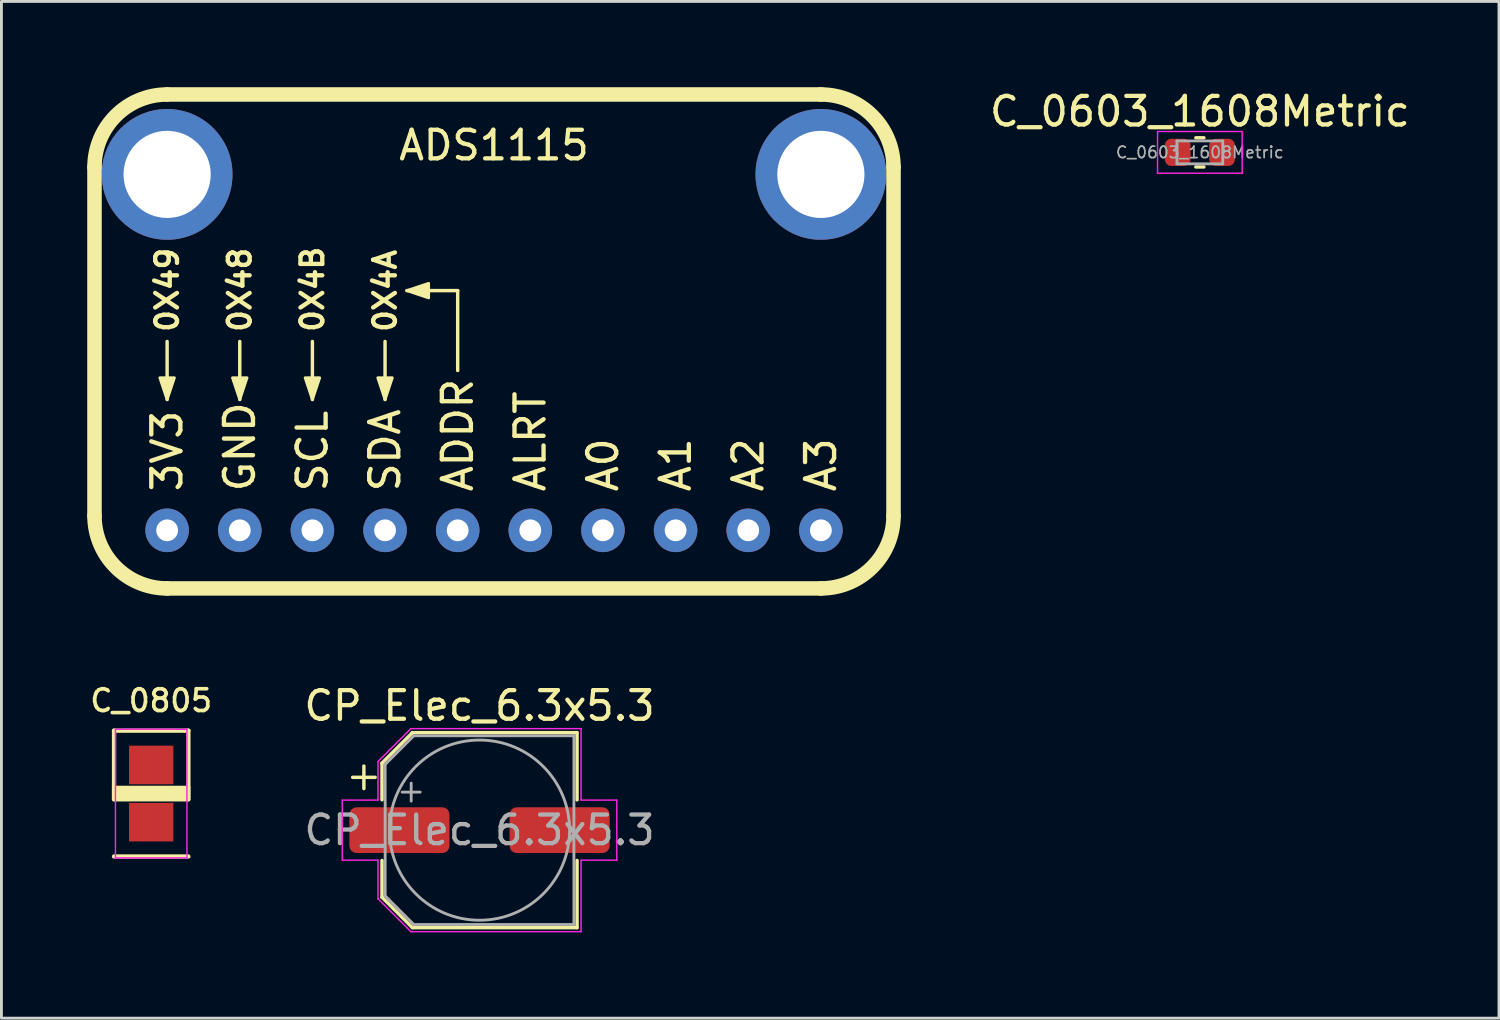
<source format=kicad_pcb>
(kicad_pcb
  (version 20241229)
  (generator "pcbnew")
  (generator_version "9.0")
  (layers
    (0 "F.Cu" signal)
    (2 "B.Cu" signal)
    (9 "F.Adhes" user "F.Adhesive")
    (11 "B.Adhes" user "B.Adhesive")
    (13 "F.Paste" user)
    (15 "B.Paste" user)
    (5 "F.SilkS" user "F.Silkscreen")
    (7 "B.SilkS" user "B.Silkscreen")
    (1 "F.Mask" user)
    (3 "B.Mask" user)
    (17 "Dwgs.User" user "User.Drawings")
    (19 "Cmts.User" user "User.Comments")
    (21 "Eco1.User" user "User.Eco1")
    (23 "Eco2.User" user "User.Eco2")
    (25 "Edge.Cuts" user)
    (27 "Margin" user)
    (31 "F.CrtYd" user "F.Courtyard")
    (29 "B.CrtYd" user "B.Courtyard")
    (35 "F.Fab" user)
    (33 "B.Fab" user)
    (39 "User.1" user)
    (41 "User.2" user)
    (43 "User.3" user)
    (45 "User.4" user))
  (footprint "C_0805"
    (layer "F.Cu")
    (at 2.237 24.699)
    (property "Reference" "C_0805" (at 0 -3.25 180) (layer "F.SilkS") (effects (font (size 0.762 0.762) (thickness 0.127))))
    (attr smd)
    (fp_line (start -1.3 -2.2) (end 1.3 -2.2) (stroke (width 0.15) (type solid)) (layer "F.SilkS"))
    (fp_line (start -1.3 -0.2) (end 1.3 -0.2) (stroke (width 0.15) (type solid)) (layer "F.SilkS"))
    (fp_line (start -1.3 -0.1) (end 1.3 -0.1) (stroke (width 0.15) (type solid)) (layer "F.SilkS"))
    (fp_line (start -1.3 0.1) (end 1.3 0.1) (stroke (width 0.15) (type solid)) (layer "F.SilkS"))
    (fp_line (start -1.3 0.2) (end -1.3 -2.2) (stroke (width 0.15) (type solid)) (layer "F.SilkS"))
    (fp_line (start -1.3 0.2) (end 1.3 0.2) (stroke (width 0.15) (type solid)) (layer "F.SilkS"))
    (fp_line (start -1.3 2.2) (end 1.3 2.2) (stroke (width 0.15) (type solid)) (layer "F.SilkS"))
    (fp_line (start 1.3 -2.2) (end 1.3 0.2) (stroke (width 0.15) (type solid)) (layer "F.SilkS"))
    (fp_line (start 1.3 0) (end -1.3 0) (stroke (width 0.15) (type solid)) (layer "F.SilkS"))
    (fp_line (start -1.25 -2.25) (end 1.25 -2.25) (stroke (width 0.05) (type solid)) (layer "F.CrtYd"))
    (fp_line (start -1.25 2.25) (end -1.25 -2.25) (stroke (width 0.05) (type solid)) (layer "F.CrtYd"))
    (fp_line (start 1.25 -2.25) (end 1.25 2.25) (stroke (width 0.05) (type solid)) (layer "F.CrtYd"))
    (fp_line (start 1.25 2.25) (end -1.25 2.25) (stroke (width 0.05) (type solid)) (layer "F.CrtYd"))
    (pad "1" smd rect (at 0 -1 90) (size 1.35 1.55) (layers "F.Cu" "F.Mask" "F.Paste"))
    (pad "2" smd rect (at 0 1 90) (size 1.35 1.55) (layers "F.Cu" "F.Mask" "F.Paste")))
  (footprint "C_0603_1608Metric"
    (layer "F.Cu")
    (at 38.906 2.278)
    (property "Reference" "C_0603_1608Metric" (at 0 -1.43 0) (layer "F.SilkS") (effects (font (size 1 1) (thickness 0.15))))
    (attr smd)
    (fp_line (start -0.141 -0.51) (end 0.141 -0.51) (stroke (width 0.12) (type solid)) (layer "F.SilkS"))
    (fp_line (start -0.141 0.51) (end 0.141 0.51) (stroke (width 0.12) (type solid)) (layer "F.SilkS"))
    (fp_line (start -1.48 -0.73) (end 1.48 -0.73) (stroke (width 0.05) (type solid)) (layer "F.CrtYd"))
    (fp_line (start -1.48 0.73) (end -1.48 -0.73) (stroke (width 0.05) (type solid)) (layer "F.CrtYd"))
    (fp_line (start 1.48 -0.73) (end 1.48 0.73) (stroke (width 0.05) (type solid)) (layer "F.CrtYd"))
    (fp_line (start 1.48 0.73) (end -1.48 0.73) (stroke (width 0.05) (type solid)) (layer "F.CrtYd"))
    (fp_line (start -0.8 -0.4) (end 0.8 -0.4) (stroke (width 0.1) (type solid)) (layer "F.Fab"))
    (fp_line (start -0.8 0.4) (end -0.8 -0.4) (stroke (width 0.1) (type solid)) (layer "F.Fab"))
    (fp_line (start 0.8 -0.4) (end 0.8 0.4) (stroke (width 0.1) (type solid)) (layer "F.Fab"))
    (fp_line (start 0.8 0.4) (end -0.8 0.4) (stroke (width 0.1) (type solid)) (layer "F.Fab"))
    (fp_text user "${REFERENCE}" (at 0 0 0) (layer "F.Fab") (effects (font (size 0.4 0.4) (thickness 0.06))))
    (pad "1" smd roundrect (at -0.775 0) (size 0.9 0.95) (layers "F.Cu" "F.Mask" "F.Paste") (roundrect_rratio 0.25))
    (pad "2" smd roundrect (at 0.775 0) (size 0.9 0.95) (layers "F.Cu" "F.Mask" "F.Paste") (roundrect_rratio 0.25)))
  (footprint "ADS1115"
    (layer "F.Cu")
    (at 14.224 15.494)
    (property "Reference" "ADS1115" (at 0 -13.462 0) (layer "F.SilkS") (effects (font (size 1 1) (thickness 0.15))))
    (attr through_hole)
    (fp_line (start -13.97 -0.508) (end -13.97 -12.7) (stroke (width 0.508) (type solid)) (layer "F.SilkS"))
    (fp_line (start -11.43 -15.24) (end 11.43 -15.24) (stroke (width 0.508) (type solid)) (layer "F.SilkS"))
    (fp_line (start -11.43 -6.604) (end -11.43 -4.572) (stroke (width 0.12) (type solid)) (layer "F.SilkS"))
    (fp_line (start -8.89 -6.604) (end -8.89 -4.572) (stroke (width 0.12) (type solid)) (layer "F.SilkS"))
    (fp_line (start -6.35 -6.604) (end -6.35 -4.572) (stroke (width 0.12) (type solid)) (layer "F.SilkS"))
    (fp_line (start -3.81 -6.604) (end -3.81 -4.572) (stroke (width 0.12) (type solid)) (layer "F.SilkS"))
    (fp_line (start -1.27 -8.382) (end -3.048 -8.382) (stroke (width 0.12) (type solid)) (layer "F.SilkS"))
    (fp_line (start -1.27 -5.588) (end -1.27 -8.382) (stroke (width 0.12) (type solid)) (layer "F.SilkS"))
    (fp_line (start 11.43 2.032) (end -11.43 2.032) (stroke (width 0.508) (type solid)) (layer "F.SilkS"))
    (fp_line (start 13.97 -12.7) (end 13.97 -0.508) (stroke (width 0.508) (type solid)) (layer "F.SilkS"))
    (fp_arc (start -13.97 -12.7) (mid -13.226051 -14.496051) (end -11.43 -15.24) (stroke (width 0.508) (type solid)) (layer "F.SilkS"))
    (fp_arc (start -11.43 2.032) (mid -13.226051 1.288051) (end -13.97 -0.508) (stroke (width 0.508) (type solid)) (layer "F.SilkS"))
    (fp_arc (start 11.43 -15.24) (mid 13.226051 -14.496051) (end 13.97 -12.7) (stroke (width 0.508) (type solid)) (layer "F.SilkS"))
    (fp_arc (start 13.97 -0.508) (mid 13.226051 1.288051) (end 11.43 2.032) (stroke (width 0.508) (type solid)) (layer "F.SilkS"))
    (fp_poly (pts (xy -11.43 -4.572) (xy -11.684 -5.334) (xy -11.176 -5.334)) (stroke (width 0.1) (type solid)) (fill yes) (layer "F.SilkS"))
    (fp_poly (pts (xy -8.89 -4.572) (xy -9.144 -5.334) (xy -8.636 -5.334)) (stroke (width 0.1) (type solid)) (fill yes) (layer "F.SilkS"))
    (fp_poly (pts (xy -6.35 -4.572) (xy -6.604 -5.334) (xy -6.096 -5.334)) (stroke (width 0.1) (type solid)) (fill yes) (layer "F.SilkS"))
    (fp_poly (pts (xy -3.81 -4.572) (xy -4.064 -5.334) (xy -3.556 -5.334)) (stroke (width 0.1) (type solid)) (fill yes) (layer "F.SilkS"))
    (fp_poly (pts (xy -2.286 -8.128) (xy -3.048 -8.382) (xy -2.286 -8.636)) (stroke (width 0.1) (type solid)) (fill yes) (layer "F.SilkS"))
    (fp_text user "3V3" (at -11.43 -1.27 90) (layer "F.SilkS") (effects (font (size 1.016 1.016) (thickness 0.152)) (justify left)))
    (fp_text user "SCL" (at -6.35 -1.27 90) (layer "F.SilkS") (effects (font (size 1.016 1.016) (thickness 0.152)) (justify left)))
    (fp_text user "A2" (at 8.89 -1.27 90) (layer "F.SilkS") (effects (font (size 1.016 1.016) (thickness 0.152)) (justify left)))
    (fp_text user "ALRT" (at 1.27 -1.27 90) (layer "F.SilkS") (effects (font (size 1.016 1.016) (thickness 0.152)) (justify left)))
    (fp_text user "0X4B" (at -6.35 -6.858 90) (layer "F.SilkS") (effects (font (size 0.762 0.762) (thickness 0.152)) (justify left)))
    (fp_text user "A0" (at 3.81 -1.27 90) (layer "F.SilkS") (effects (font (size 1.016 1.016) (thickness 0.152)) (justify left)))
    (fp_text user "A3" (at 11.43 -1.27 90) (layer "F.SilkS") (effects (font (size 1.016 1.016) (thickness 0.152)) (justify left)))
    (fp_text user "0X49" (at -11.43 -6.858 90) (layer "F.SilkS") (effects (font (size 0.762 0.762) (thickness 0.152)) (justify left)))
    (fp_text user "SDA" (at -3.81 -1.27 90) (layer "F.SilkS") (effects (font (size 1.016 1.016) (thickness 0.152)) (justify left)))
    (fp_text user "0X48" (at -8.89 -6.858 90) (layer "F.SilkS") (effects (font (size 0.762 0.762) (thickness 0.152)) (justify left)))
    (fp_text user "GND" (at -8.89 -1.27 90) (layer "F.SilkS") (effects (font (size 1.016 1.016) (thickness 0.152)) (justify left)))
    (fp_text user "ADDR" (at -1.27 -1.27 90) (layer "F.SilkS") (effects (font (size 1.016 1.016) (thickness 0.152)) (justify left)))
    (fp_text user "0X4A" (at -3.81 -6.858 90) (layer "F.SilkS") (effects (font (size 0.762 0.762) (thickness 0.152)) (justify left)))
    (fp_text user "A1" (at 6.35 -1.27 90) (layer "F.SilkS") (effects (font (size 1.016 1.016) (thickness 0.152)) (justify left)))
    (pad "1" thru_hole circle (at -11.43 0) (size 1.524 1.524) (drill 0.762) (layers "*.Cu" "*.Mask"))
    (pad "2" thru_hole circle (at -8.89 0) (size 1.524 1.524) (drill 0.762) (layers "*.Cu" "*.Mask"))
    (pad "3" thru_hole circle (at -6.35 0) (size 1.524 1.524) (drill 0.762) (layers "*.Cu" "*.Mask"))
    (pad "4" thru_hole circle (at -3.81 0) (size 1.524 1.524) (drill 0.762) (layers "*.Cu" "*.Mask"))
    (pad "5" thru_hole circle (at -1.27 0) (size 1.524 1.524) (drill 0.762) (layers "*.Cu" "*.Mask"))
    (pad "6" thru_hole circle (at 1.27 0) (size 1.524 1.524) (drill 0.762) (layers "*.Cu" "*.Mask"))
    (pad "7" thru_hole circle (at 3.81 0) (size 1.524 1.524) (drill 0.762) (layers "*.Cu" "*.Mask"))
    (pad "8" thru_hole circle (at 6.35 0) (size 1.524 1.524) (drill 0.762) (layers "*.Cu" "*.Mask"))
    (pad "9" thru_hole circle (at 8.89 0) (size 1.524 1.524) (drill 0.762) (layers "*.Cu" "*.Mask"))
    (pad "10" thru_hole circle (at 11.43 0) (size 1.524 1.524) (drill 0.762) (layers "*.Cu" "*.Mask"))
    (pad "11" thru_hole circle (at -11.43 -12.446) (size 4.572 4.572) (drill 3.048) (layers "*.Cu" "*.Mask"))
    (pad "12" thru_hole circle (at 11.43 -12.446) (size 4.572 4.572) (drill 3.048) (layers "*.Cu" "*.Mask")))
  (footprint "CP_Elec_6.3x5.3"
    (layer "F.Cu")
    (at 13.718 25.978)
    (property "Reference" "CP_Elec_6.3x5.3" (at 0 -4.35 0) (layer "F.SilkS") (effects (font (size 1 1) (thickness 0.15))))
    (attr smd)
    (fp_line (start -4.438 -1.847) (end -3.65 -1.847) (stroke (width 0.12) (type solid)) (layer "F.SilkS"))
    (fp_line (start -4.044 -2.241) (end -4.044 -1.454) (stroke (width 0.12) (type solid)) (layer "F.SilkS"))
    (fp_line (start -3.41 -2.346) (end -3.41 -1.06) (stroke (width 0.12) (type solid)) (layer "F.SilkS"))
    (fp_line (start -3.41 -2.346) (end -2.346 -3.41) (stroke (width 0.12) (type solid)) (layer "F.SilkS"))
    (fp_line (start -3.41 2.346) (end -3.41 1.06) (stroke (width 0.12) (type solid)) (layer "F.SilkS"))
    (fp_line (start -3.41 2.346) (end -2.346 3.41) (stroke (width 0.12) (type solid)) (layer "F.SilkS"))
    (fp_line (start -2.346 -3.41) (end 3.41 -3.41) (stroke (width 0.12) (type solid)) (layer "F.SilkS"))
    (fp_line (start -2.346 3.41) (end 3.41 3.41) (stroke (width 0.12) (type solid)) (layer "F.SilkS"))
    (fp_line (start 3.41 -3.41) (end 3.41 -1.06) (stroke (width 0.12) (type solid)) (layer "F.SilkS"))
    (fp_line (start 3.41 3.41) (end 3.41 1.06) (stroke (width 0.12) (type solid)) (layer "F.SilkS"))
    (fp_line (start -4.8 -1.05) (end -4.8 1.05) (stroke (width 0.05) (type solid)) (layer "F.CrtYd"))
    (fp_line (start -4.8 1.05) (end -3.55 1.05) (stroke (width 0.05) (type solid)) (layer "F.CrtYd"))
    (fp_line (start -3.55 -2.4) (end -3.55 -1.05) (stroke (width 0.05) (type solid)) (layer "F.CrtYd"))
    (fp_line (start -3.55 -2.4) (end -2.4 -3.55) (stroke (width 0.05) (type solid)) (layer "F.CrtYd"))
    (fp_line (start -3.55 -1.05) (end -4.8 -1.05) (stroke (width 0.05) (type solid)) (layer "F.CrtYd"))
    (fp_line (start -3.55 1.05) (end -3.55 2.4) (stroke (width 0.05) (type solid)) (layer "F.CrtYd"))
    (fp_line (start -3.55 2.4) (end -2.4 3.55) (stroke (width 0.05) (type solid)) (layer "F.CrtYd"))
    (fp_line (start -2.4 -3.55) (end 3.55 -3.55) (stroke (width 0.05) (type solid)) (layer "F.CrtYd"))
    (fp_line (start -2.4 3.55) (end 3.55 3.55) (stroke (width 0.05) (type solid)) (layer "F.CrtYd"))
    (fp_line (start 3.55 -3.55) (end 3.55 -1.05) (stroke (width 0.05) (type solid)) (layer "F.CrtYd"))
    (fp_line (start 3.55 -1.05) (end 4.8 -1.05) (stroke (width 0.05) (type solid)) (layer "F.CrtYd"))
    (fp_line (start 3.55 1.05) (end 3.55 3.55) (stroke (width 0.05) (type solid)) (layer "F.CrtYd"))
    (fp_line (start 4.8 -1.05) (end 4.8 1.05) (stroke (width 0.05) (type solid)) (layer "F.CrtYd"))
    (fp_line (start 4.8 1.05) (end 3.55 1.05) (stroke (width 0.05) (type solid)) (layer "F.CrtYd"))
    (fp_line (start -3.3 -2.3) (end -3.3 2.3) (stroke (width 0.1) (type solid)) (layer "F.Fab"))
    (fp_line (start -3.3 -2.3) (end -2.3 -3.3) (stroke (width 0.1) (type solid)) (layer "F.Fab"))
    (fp_line (start -3.3 2.3) (end -2.3 3.3) (stroke (width 0.1) (type solid)) (layer "F.Fab"))
    (fp_line (start -2.705 -1.33) (end -2.075 -1.33) (stroke (width 0.1) (type solid)) (layer "F.Fab"))
    (fp_line (start -2.39 -1.645) (end -2.39 -1.015) (stroke (width 0.1) (type solid)) (layer "F.Fab"))
    (fp_line (start -2.3 -3.3) (end 3.3 -3.3) (stroke (width 0.1) (type solid)) (layer "F.Fab"))
    (fp_line (start -2.3 3.3) (end 3.3 3.3) (stroke (width 0.1) (type solid)) (layer "F.Fab"))
    (fp_line (start 3.3 -3.3) (end 3.3 3.3) (stroke (width 0.1) (type solid)) (layer "F.Fab"))
    (fp_circle (center 0 0) (end 3.15 0) (stroke (width 0.1) (type solid)) (fill no) (layer "F.Fab"))
    (fp_text user "${REFERENCE}" (at 0 0 0) (layer "F.Fab") (effects (font (size 1 1) (thickness 0.15))))
    (pad "1" smd roundrect (at -2.8 0) (size 3.5 1.6) (layers "F.Cu" "F.Mask" "F.Paste") (roundrect_rratio 0.156))
    (pad "2" smd roundrect (at 2.8 0) (size 3.5 1.6) (layers "F.Cu" "F.Mask" "F.Paste") (roundrect_rratio 0.156)))
  (gr_rect
    (start -3 -3)
    (end 49.365 32.553)
    (stroke (width 0.1) (type default))
    (fill no)
    (layer "Edge.Cuts")))
</source>
